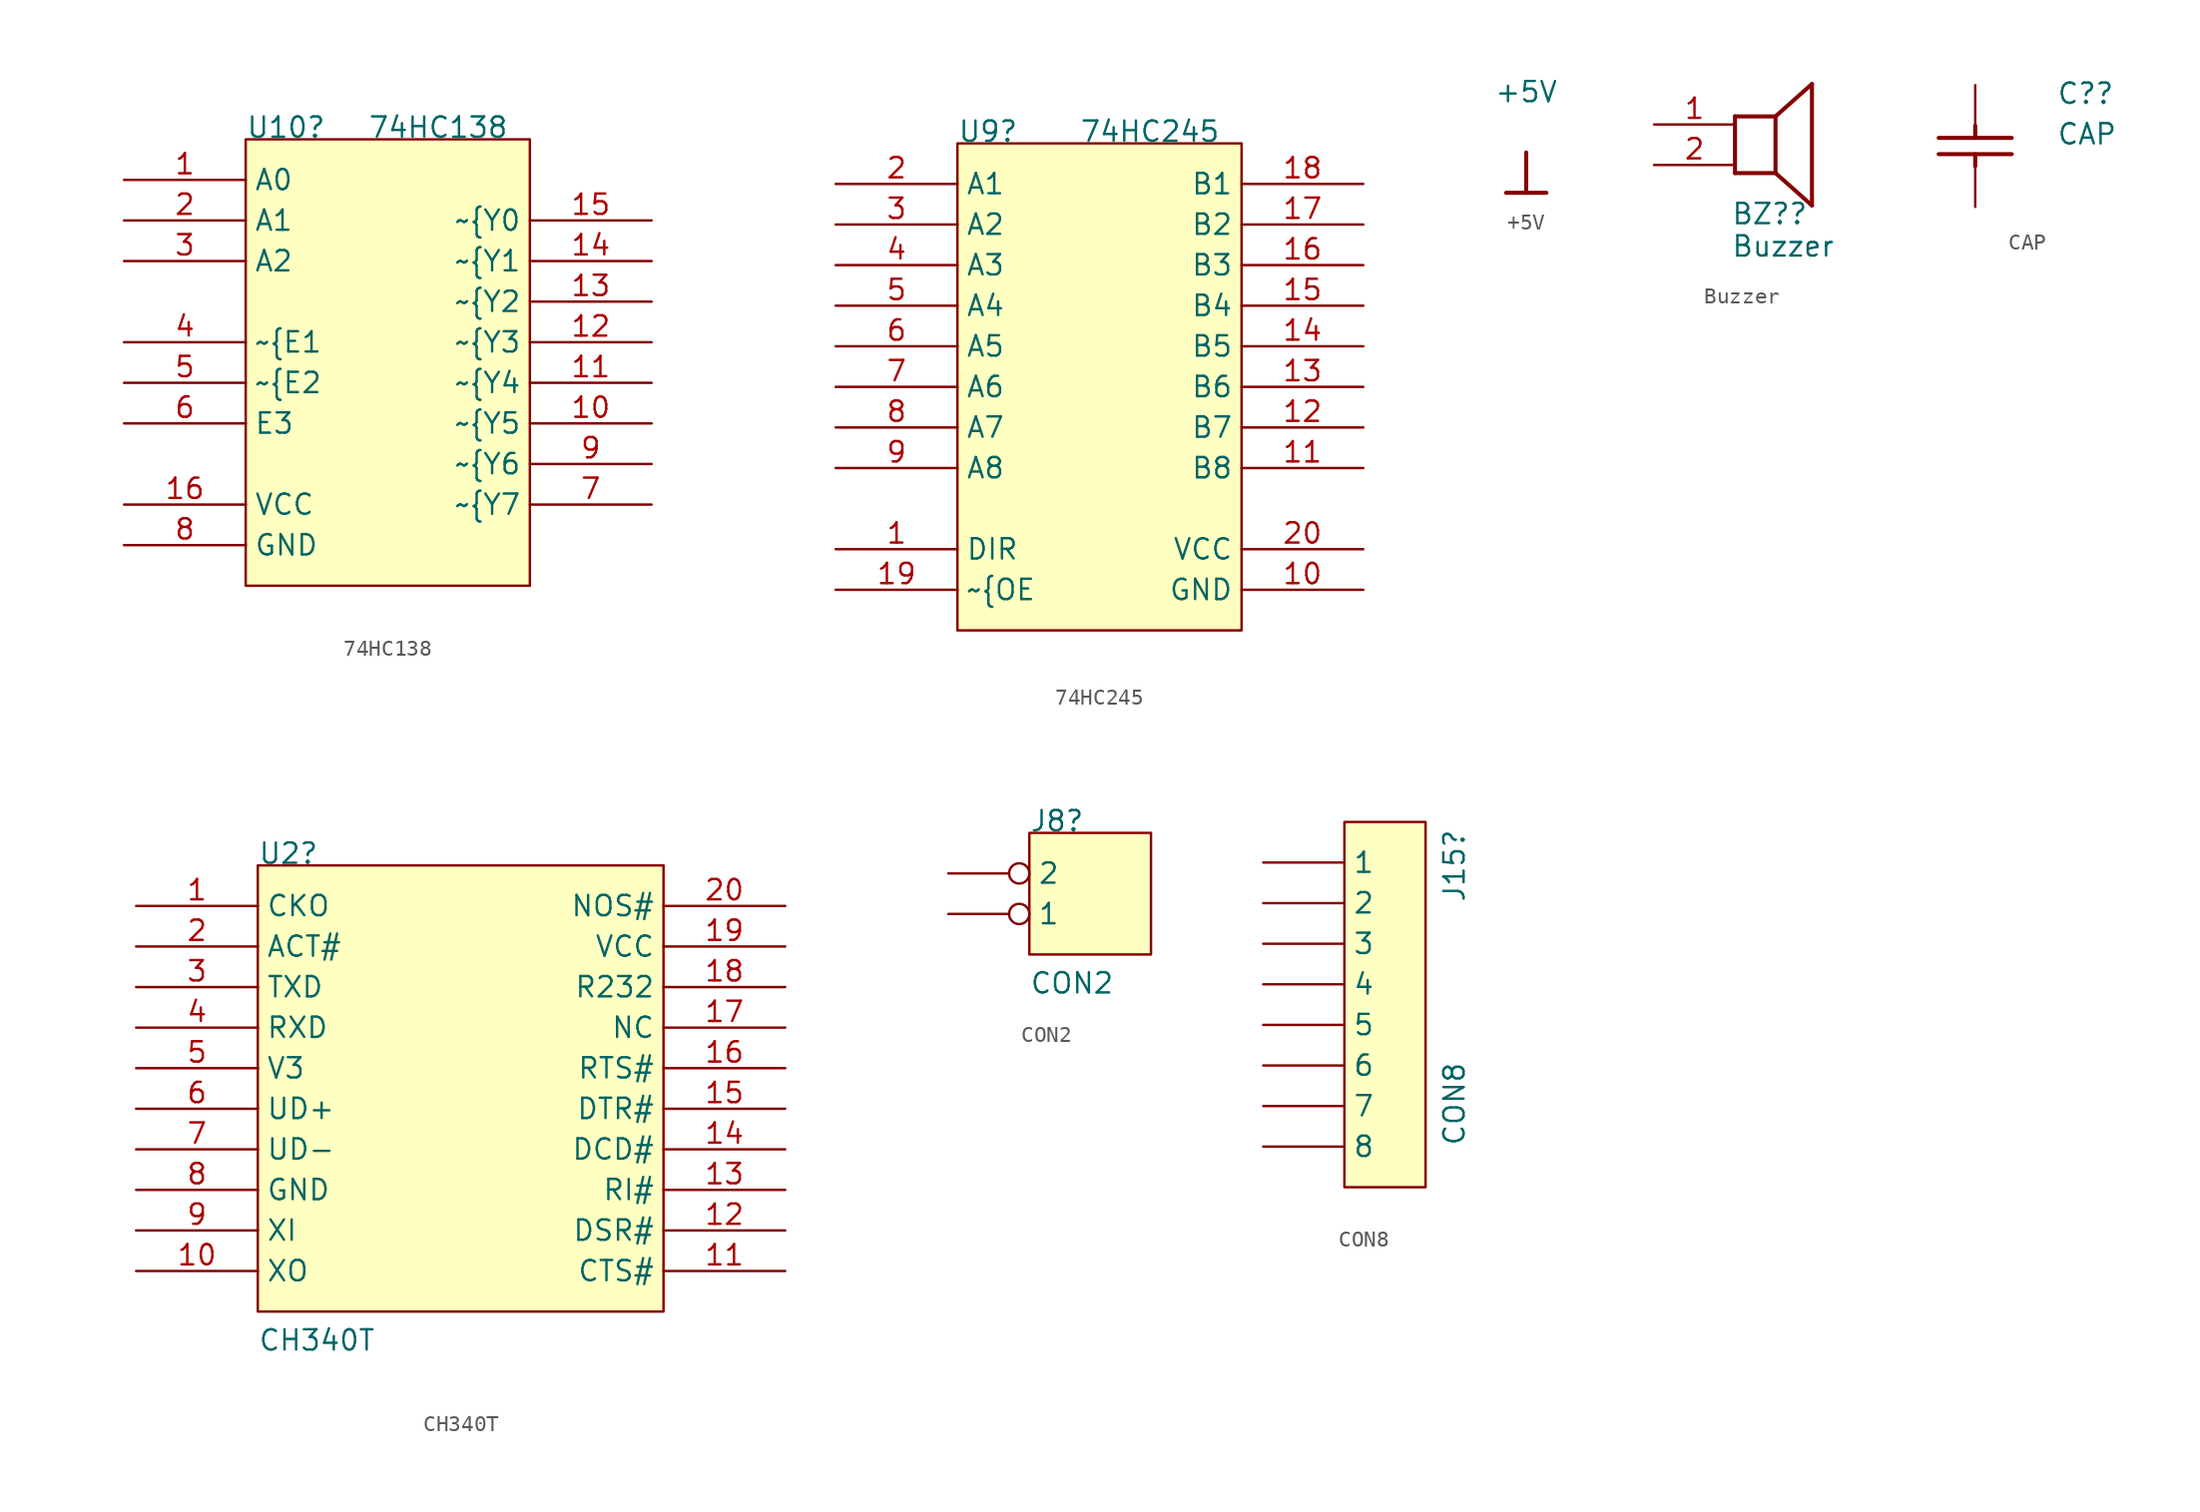
<source format=kicad_sym>
(kicad_symbol_lib
  (version 20211014)
  (generator kicad_symbol_editor)
  (symbol "74HC138"
    (property "Reference" "U10"
      (at 0 0 0)
      (effects (font (size 1.27 1.27)) (justify left bottom)))
    (property "Value" "74HC138"
      (at 7.62 0 0)
      (effects (font (size 1.27 1.27)) (justify left bottom)))
    (symbol "74HC138_1_0"
      (rectangle (start 17.78 0) (end 0 -27.94) (stroke (width 0) (type default) (color 0 0 0 0)) (fill (type background)))
      (pin passive line (at -7.62 -2.54 0) (length 7.62) (name "A0" (effects (font (size 1.27 1.27)))) (number "1" (effects (font (size 1.27 1.27)))))
      (pin passive line (at 25.4 -17.78 180) (length 7.62) (name "~{Y5" (effects (font (size 1.27 1.27)))) (number "10" (effects (font (size 1.27 1.27)))))
      (pin passive line (at 25.4 -15.24 180) (length 7.62) (name "~{Y4" (effects (font (size 1.27 1.27)))) (number "11" (effects (font (size 1.27 1.27)))))
      (pin passive line (at 25.4 -12.7 180) (length 7.62) (name "~{Y3" (effects (font (size 1.27 1.27)))) (number "12" (effects (font (size 1.27 1.27)))))
      (pin passive line (at 25.4 -10.16 180) (length 7.62) (name "~{Y2" (effects (font (size 1.27 1.27)))) (number "13" (effects (font (size 1.27 1.27)))))
      (pin passive line (at 25.4 -7.62 180) (length 7.62) (name "~{Y1" (effects (font (size 1.27 1.27)))) (number "14" (effects (font (size 1.27 1.27)))))
      (pin passive line (at 25.4 -5.08 180) (length 7.62) (name "~{Y0" (effects (font (size 1.27 1.27)))) (number "15" (effects (font (size 1.27 1.27)))))
      (pin passive line (at -7.62 -22.86 0) (length 7.62) (name "VCC" (effects (font (size 1.27 1.27)))) (number "16" (effects (font (size 1.27 1.27)))))
      (pin passive line (at -7.62 -5.08 0) (length 7.62) (name "A1" (effects (font (size 1.27 1.27)))) (number "2" (effects (font (size 1.27 1.27)))))
      (pin passive line (at -7.62 -7.62 0) (length 7.62) (name "A2" (effects (font (size 1.27 1.27)))) (number "3" (effects (font (size 1.27 1.27)))))
      (pin passive line (at -7.62 -12.7 0) (length 7.62) (name "~{E1" (effects (font (size 1.27 1.27)))) (number "4" (effects (font (size 1.27 1.27)))))
      (pin passive line (at -7.62 -15.24 0) (length 7.62) (name "~{E2" (effects (font (size 1.27 1.27)))) (number "5" (effects (font (size 1.27 1.27)))))
      (pin passive line (at -7.62 -17.78 0) (length 7.62) (name "E3" (effects (font (size 1.27 1.27)))) (number "6" (effects (font (size 1.27 1.27)))))
      (pin passive line (at 25.4 -22.86 180) (length 7.62) (name "~{Y7" (effects (font (size 1.27 1.27)))) (number "7" (effects (font (size 1.27 1.27)))))
      (pin passive line (at -7.62 -25.4 0) (length 7.62) (name "GND" (effects (font (size 1.27 1.27)))) (number "8" (effects (font (size 1.27 1.27)))))
      (pin passive line (at 25.4 -20.32 180) (length 7.62) (name "~{Y6" (effects (font (size 1.27 1.27)))) (number "9" (effects (font (size 1.27 1.27)))))))
  (symbol "74HC245"
    (property "Reference" "U9"
      (at 0 0 0)
      (effects (font (size 1.27 1.27)) (justify left bottom)))
    (property "Value" "74HC245"
      (at 7.62 0 0)
      (effects (font (size 1.27 1.27)) (justify left bottom)))
    (symbol "74HC245_1_0"
      (rectangle (start 17.78 0) (end 0 -30.48) (stroke (width 0) (type default) (color 0 0 0 0)) (fill (type background)))
      (pin passive line (at -7.62 -25.4 0) (length 7.62) (name "DIR" (effects (font (size 1.27 1.27)))) (number "1" (effects (font (size 1.27 1.27)))))
      (pin passive line (at 25.4 -27.94 180) (length 7.62) (name "GND" (effects (font (size 1.27 1.27)))) (number "10" (effects (font (size 1.27 1.27)))))
      (pin passive line (at 25.4 -20.32 180) (length 7.62) (name "B8" (effects (font (size 1.27 1.27)))) (number "11" (effects (font (size 1.27 1.27)))))
      (pin passive line (at 25.4 -17.78 180) (length 7.62) (name "B7" (effects (font (size 1.27 1.27)))) (number "12" (effects (font (size 1.27 1.27)))))
      (pin passive line (at 25.4 -15.24 180) (length 7.62) (name "B6" (effects (font (size 1.27 1.27)))) (number "13" (effects (font (size 1.27 1.27)))))
      (pin passive line (at 25.4 -12.7 180) (length 7.62) (name "B5" (effects (font (size 1.27 1.27)))) (number "14" (effects (font (size 1.27 1.27)))))
      (pin passive line (at 25.4 -10.16 180) (length 7.62) (name "B4" (effects (font (size 1.27 1.27)))) (number "15" (effects (font (size 1.27 1.27)))))
      (pin passive line (at 25.4 -7.62 180) (length 7.62) (name "B3" (effects (font (size 1.27 1.27)))) (number "16" (effects (font (size 1.27 1.27)))))
      (pin passive line (at 25.4 -5.08 180) (length 7.62) (name "B2" (effects (font (size 1.27 1.27)))) (number "17" (effects (font (size 1.27 1.27)))))
      (pin passive line (at 25.4 -2.54 180) (length 7.62) (name "B1" (effects (font (size 1.27 1.27)))) (number "18" (effects (font (size 1.27 1.27)))))
      (pin passive line (at -7.62 -27.94 0) (length 7.62) (name "~{OE" (effects (font (size 1.27 1.27)))) (number "19" (effects (font (size 1.27 1.27)))))
      (pin passive line (at -7.62 -2.54 0) (length 7.62) (name "A1" (effects (font (size 1.27 1.27)))) (number "2" (effects (font (size 1.27 1.27)))))
      (pin passive line (at 25.4 -25.4 180) (length 7.62) (name "VCC" (effects (font (size 1.27 1.27)))) (number "20" (effects (font (size 1.27 1.27)))))
      (pin passive line (at -7.62 -5.08 0) (length 7.62) (name "A2" (effects (font (size 1.27 1.27)))) (number "3" (effects (font (size 1.27 1.27)))))
      (pin passive line (at -7.62 -7.62 0) (length 7.62) (name "A3" (effects (font (size 1.27 1.27)))) (number "4" (effects (font (size 1.27 1.27)))))
      (pin passive line (at -7.62 -10.16 0) (length 7.62) (name "A4" (effects (font (size 1.27 1.27)))) (number "5" (effects (font (size 1.27 1.27)))))
      (pin passive line (at -7.62 -12.7 0) (length 7.62) (name "A5" (effects (font (size 1.27 1.27)))) (number "6" (effects (font (size 1.27 1.27)))))
      (pin passive line (at -7.62 -15.24 0) (length 7.62) (name "A6" (effects (font (size 1.27 1.27)))) (number "7" (effects (font (size 1.27 1.27)))))
      (pin passive line (at -7.62 -17.78 0) (length 7.62) (name "A7" (effects (font (size 1.27 1.27)))) (number "8" (effects (font (size 1.27 1.27)))))
      (pin passive line (at -7.62 -20.32 0) (length 7.62) (name "A8" (effects (font (size 1.27 1.27)))) (number "9" (effects (font (size 1.27 1.27)))))))
  (symbol "+5V"
    (power)
    (property "Reference" "#PWR09"
      (at 0 0 0)
      (effects (font (size 1.27 1.27)) hide))
    (property "Value" "+5V"
      (at 0 3.81 0)
      (effects (font (size 1.27 1.27))))
    (symbol "+5V_0_0"
      (polyline (pts (xy -1.27 -2.54) (xy 1.27 -2.54)) (stroke (width 0.254) (type default) (color 0 0 0 0)) (fill (type none)))
      (polyline (pts (xy 0 0) (xy 0 -2.54)) (stroke (width 0.254) (type default) (color 0 0 0 0)) (fill (type none)))
      (pin power_in line (at 0 0 0) (length 0) hide (name "+5" (effects (font (size 1.27 1.27)))) (number "" (effects (font (size 1.27 1.27)))))))
  (symbol "Buzzer"
    (property "Reference" "BZ?"
      (at -0.254 -8.89 0)
      (effects (font (size 1.27 1.27)) (justify left bottom)))
    (property "Value" "Buzzer"
      (at -0.254 -10.922 0)
      (effects (font (size 1.27 1.27)) (justify left bottom)))
    (symbol "Buzzer_1_0"
      (polyline (pts (xy 0 -5.588) (xy 2.54 -5.588)) (stroke (width 0.254) (type default) (color 0 0 0 0)) (fill (type none)))
      (polyline (pts (xy 0 -2.032) (xy 0 -5.588)) (stroke (width 0.254) (type default) (color 0 0 0 0)) (fill (type none)))
      (polyline (pts (xy 0 -2.032) (xy 2.54 -2.032)) (stroke (width 0.254) (type default) (color 0 0 0 0)) (fill (type none)))
      (polyline (pts (xy 2.54 -5.588) (xy 4.826 -7.62)) (stroke (width 0.254) (type default) (color 0 0 0 0)) (fill (type none)))
      (polyline (pts (xy 2.54 -2.032) (xy 2.54 -5.588)) (stroke (width 0.254) (type default) (color 0 0 0 0)) (fill (type none)))
      (polyline (pts (xy 4.826 0) (xy 2.54 -2.032)) (stroke (width 0.254) (type default) (color 0 0 0 0)) (fill (type none)))
      (polyline (pts (xy 4.826 0) (xy 4.826 -7.62)) (stroke (width 0.254) (type default) (color 0 0 0 0)) (fill (type none)))
      (pin passive line (at -5.08 -2.54 0) (length 5.08) (name "1" (effects (font (size 0 0)))) (number "1" (effects (font (size 1.27 1.27)))))
      (pin passive line (at -5.08 -5.08 0) (length 5.08) (name "2" (effects (font (size 0 0)))) (number "2" (effects (font (size 1.27 1.27)))))))
  (symbol "CAP"
    (property "Reference" "C?"
      (at 2.54 3.81 0)
      (effects (font (size 1.27 1.27)) (justify left bottom)))
    (property "Value" "CAP"
      (at 2.54 1.27 0)
      (effects (font (size 1.27 1.27)) (justify left bottom)))
    (symbol "CAP_1_0"
      (polyline (pts (xy -2.54 0) (xy -2.54 0.762)) (stroke (width 0.254) (type default) (color 0 0 0 0)) (fill (type none)))
      (polyline (pts (xy -2.54 1.778) (xy -2.54 2.54)) (stroke (width 0.254) (type default) (color 0 0 0 0)) (fill (type none)))
      (polyline (pts (xy -0.254 0.762) (xy -4.826 0.762)) (stroke (width 0.254) (type default) (color 0 0 0 0)) (fill (type none)))
      (polyline (pts (xy -0.254 1.778) (xy -4.826 1.778)) (stroke (width 0.254) (type default) (color 0 0 0 0)) (fill (type none)))
      (pin passive line (at -2.54 -2.54 90) (length 2.54) (name "1" (effects (font (size 0 0)))) (number "1" (effects (font (size 0 0)))))
      (pin passive line (at -2.54 5.08 270) (length 2.54) (name "2" (effects (font (size 0 0)))) (number "2" (effects (font (size 0 0)))))))
  (symbol "CH340T"
    (property "Reference" "U2"
      (at 0 0 0)
      (effects (font (size 1.27 1.27)) (justify left bottom)))
    (property "Value" "CH340T"
      (at 0 -30.48 0)
      (effects (font (size 1.27 1.27)) (justify left bottom)))
    (symbol "CH340T_1_0"
      (rectangle (start 25.4 0) (end 0 -27.94) (stroke (width 0) (type default) (color 0 0 0 0)) (fill (type background)))
      (pin output line (at -7.62 -2.54 0) (length 7.62) (name "CKO" (effects (font (size 1.27 1.27)))) (number "1" (effects (font (size 1.27 1.27)))))
      (pin output line (at -7.62 -25.4 0) (length 7.62) (name "XO" (effects (font (size 1.27 1.27)))) (number "10" (effects (font (size 1.27 1.27)))))
      (pin input line (at 33.02 -25.4 180) (length 7.62) (name "CTS#" (effects (font (size 1.27 1.27)))) (number "11" (effects (font (size 1.27 1.27)))))
      (pin input line (at 33.02 -22.86 180) (length 7.62) (name "DSR#" (effects (font (size 1.27 1.27)))) (number "12" (effects (font (size 1.27 1.27)))))
      (pin input line (at 33.02 -20.32 180) (length 7.62) (name "RI#" (effects (font (size 1.27 1.27)))) (number "13" (effects (font (size 1.27 1.27)))))
      (pin input line (at 33.02 -17.78 180) (length 7.62) (name "DCD#" (effects (font (size 1.27 1.27)))) (number "14" (effects (font (size 1.27 1.27)))))
      (pin output line (at 33.02 -15.24 180) (length 7.62) (name "DTR#" (effects (font (size 1.27 1.27)))) (number "15" (effects (font (size 1.27 1.27)))))
      (pin output line (at 33.02 -12.7 180) (length 7.62) (name "RTS#" (effects (font (size 1.27 1.27)))) (number "16" (effects (font (size 1.27 1.27)))))
      (pin passive line (at 33.02 -10.16 180) (length 7.62) (name "NC" (effects (font (size 1.27 1.27)))) (number "17" (effects (font (size 1.27 1.27)))))
      (pin output line (at 33.02 -7.62 180) (length 7.62) (name "R232" (effects (font (size 1.27 1.27)))) (number "18" (effects (font (size 1.27 1.27)))))
      (pin power_in line (at 33.02 -5.08 180) (length 7.62) (name "VCC" (effects (font (size 1.27 1.27)))) (number "19" (effects (font (size 1.27 1.27)))))
      (pin output line (at -7.62 -5.08 0) (length 7.62) (name "ACT#" (effects (font (size 1.27 1.27)))) (number "2" (effects (font (size 1.27 1.27)))))
      (pin input line (at 33.02 -2.54 180) (length 7.62) (name "NOS#" (effects (font (size 1.27 1.27)))) (number "20" (effects (font (size 1.27 1.27)))))
      (pin output line (at -7.62 -7.62 0) (length 7.62) (name "TXD" (effects (font (size 1.27 1.27)))) (number "3" (effects (font (size 1.27 1.27)))))
      (pin input line (at -7.62 -10.16 0) (length 7.62) (name "RXD" (effects (font (size 1.27 1.27)))) (number "4" (effects (font (size 1.27 1.27)))))
      (pin power_in line (at -7.62 -12.7 0) (length 7.62) (name "V3" (effects (font (size 1.27 1.27)))) (number "5" (effects (font (size 1.27 1.27)))))
      (pin passive line (at -7.62 -15.24 0) (length 7.62) (name "UD+" (effects (font (size 1.27 1.27)))) (number "6" (effects (font (size 1.27 1.27)))))
      (pin passive line (at -7.62 -17.78 0) (length 7.62) (name "UD-" (effects (font (size 1.27 1.27)))) (number "7" (effects (font (size 1.27 1.27)))))
      (pin power_in line (at -7.62 -20.32 0) (length 7.62) (name "GND" (effects (font (size 1.27 1.27)))) (number "8" (effects (font (size 1.27 1.27)))))
      (pin input line (at -7.62 -22.86 0) (length 7.62) (name "XI" (effects (font (size 1.27 1.27)))) (number "9" (effects (font (size 1.27 1.27)))))))
  (symbol "CON2"
    (property "Reference" "J8"
      (at 0 7.62 0)
      (effects (font (size 1.27 1.27)) (justify left bottom)))
    (property "Value" "CON2"
      (at 0 -2.54 0)
      (effects (font (size 1.27 1.27)) (justify left bottom)))
    (symbol "CON2_1_0"
      (rectangle (start 7.62 7.62) (end 0 0) (stroke (width 0) (type default) (color 0 0 0 0)) (fill (type background)))
      (pin passive inverted (at -5.08 2.54 0) (length 5.08) (name "1" (effects (font (size 1.27 1.27)))) (number "1" (effects (font (size 0 0)))))
      (pin passive inverted (at -5.08 5.08 0) (length 5.08) (name "2" (effects (font (size 1.27 1.27)))) (number "2" (effects (font (size 0 0)))))))
  (symbol "CON8"
    (property "Reference" "J15"
      (at 7.62 -5.08 90)
      (effects (font (size 1.27 1.27)) (justify left bottom)))
    (property "Value" "CON8"
      (at 7.62 -20.32 90)
      (effects (font (size 1.27 1.27)) (justify left bottom)))
    (symbol "CON8_1_0"
      (rectangle (start 5.08 0) (end 0 -22.86) (stroke (width 0) (type default) (color 0 0 0 0)) (fill (type background)))
      (pin passive line (at -5.08 -2.54 0) (length 5.08) (name "1" (effects (font (size 1.27 1.27)))) (number "1" (effects (font (size 0 0)))))
      (pin passive line (at -5.08 -5.08 0) (length 5.08) (name "2" (effects (font (size 1.27 1.27)))) (number "2" (effects (font (size 0 0)))))
      (pin passive line (at -5.08 -7.62 0) (length 5.08) (name "3" (effects (font (size 1.27 1.27)))) (number "3" (effects (font (size 0 0)))))
      (pin passive line (at -5.08 -10.16 0) (length 5.08) (name "4" (effects (font (size 1.27 1.27)))) (number "4" (effects (font (size 0 0)))))
      (pin passive line (at -5.08 -12.7 0) (length 5.08) (name "5" (effects (font (size 1.27 1.27)))) (number "5" (effects (font (size 0 0)))))
      (pin passive line (at -5.08 -15.24 0) (length 5.08) (name "6" (effects (font (size 1.27 1.27)))) (number "6" (effects (font (size 0 0)))))
      (pin passive line (at -5.08 -17.78 0) (length 5.08) (name "7" (effects (font (size 1.27 1.27)))) (number "7" (effects (font (size 0 0)))))
      (pin passive line (at -5.08 -20.32 0) (length 5.08) (name "8" (effects (font (size 1.27 1.27)))) (number "8" (effects (font (size 0 0))))))))
</source>
